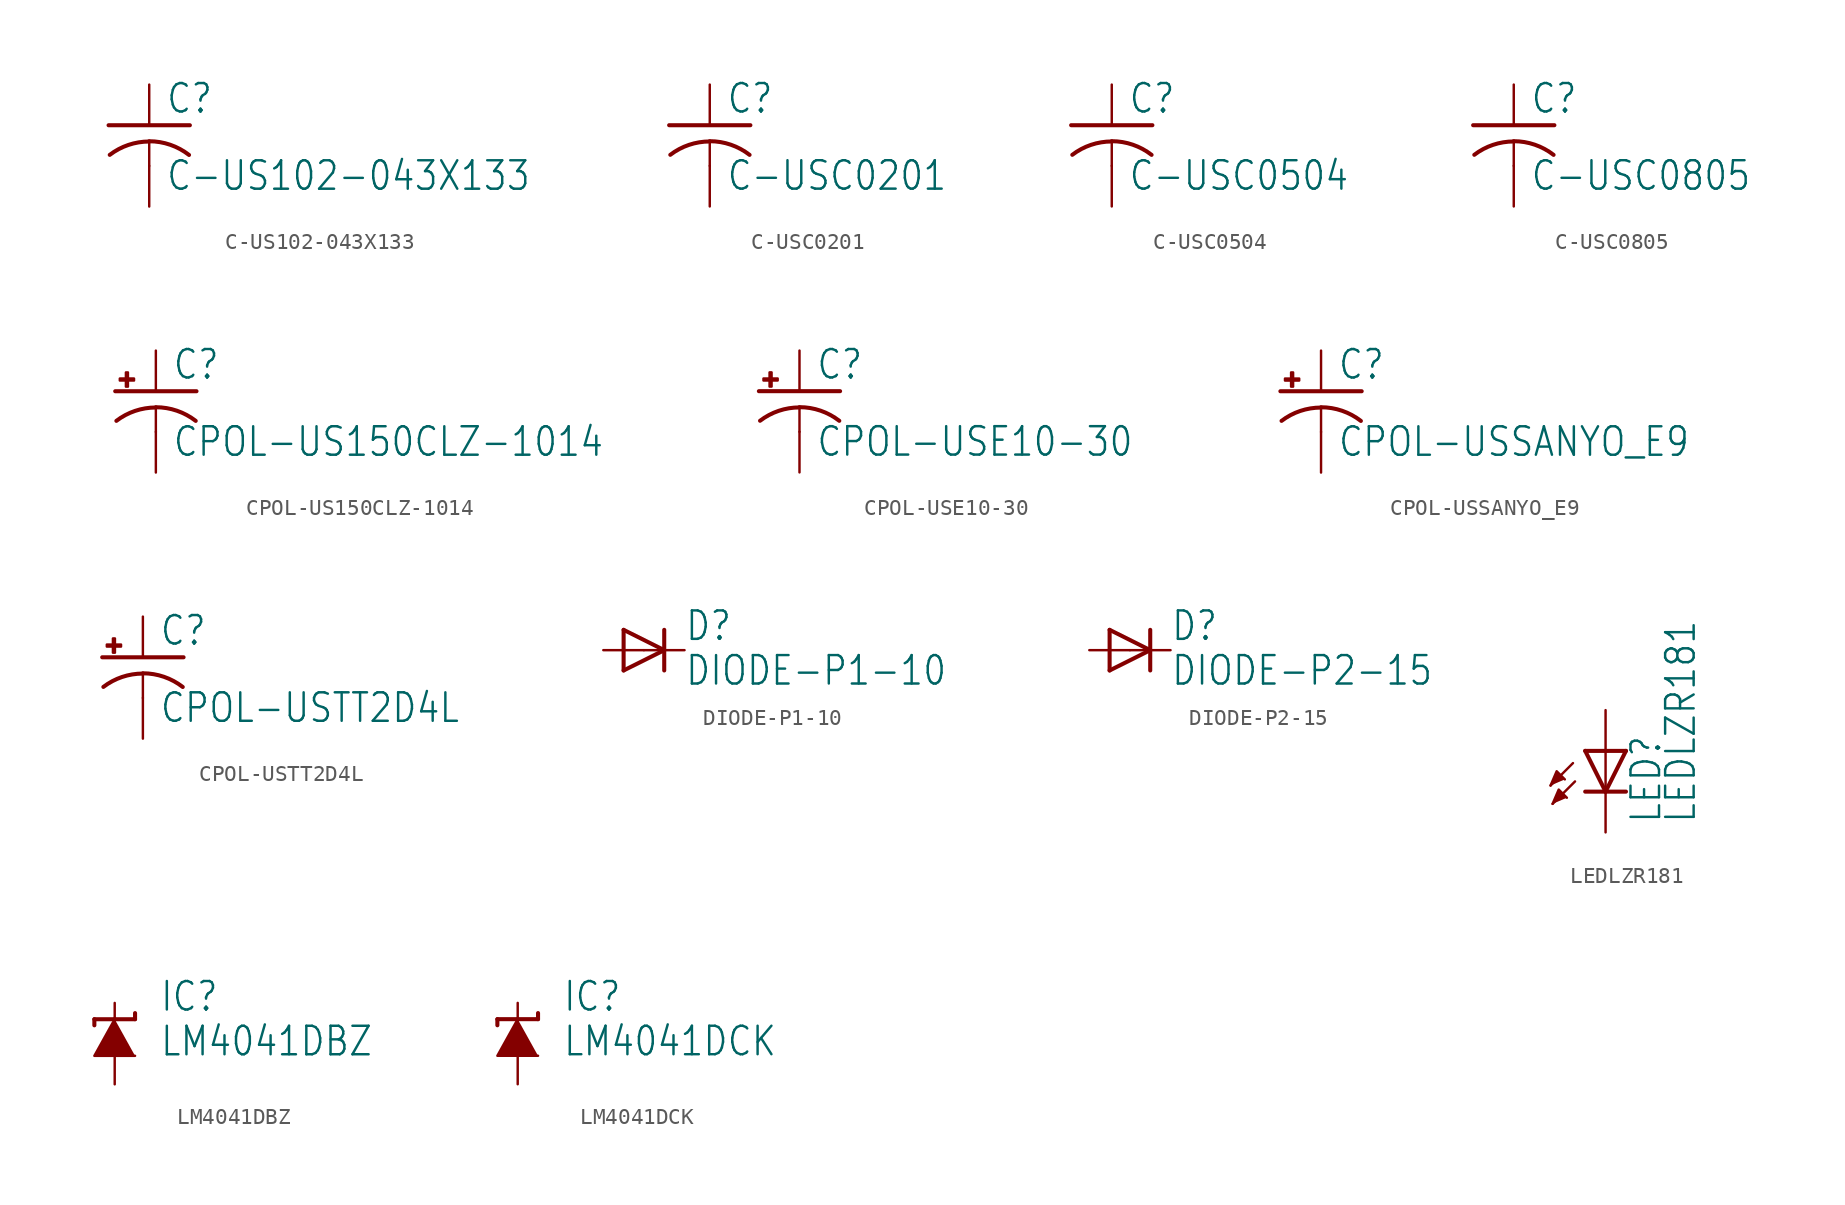
<source format=kicad_sym>
(kicad_symbol_lib
  (version 20211014)
  (generator kicad_symbol_editor)
  (symbol "C-US102-043X133"
    (property "Reference" "C"
      (at 1.016 0.635 0)
      (effects (font (size 1.778 1.511)) (justify left bottom)))
    (property "Value" "C-US102-043X133"
      (at 1.016 -4.191 0)
      (effects (font (size 1.778 1.511)) (justify left bottom)))
    (property "ki_locked" ""
      (at 0 0 0)
      (effects (font (size 1.27 1.27))))
    (symbol "C-US102-043X133_1_0"
      (arc (start 0 -1.0161) (mid -1.302 -1.2303) (end -2.4668 -1.8504) (stroke (width 0.254) (type default) (color 0 0 0 0)) (fill (type none)))
      (polyline (pts (xy -2.54 0) (xy 2.54 0)) (stroke (width 0.254) (type default) (color 0 0 0 0)) (fill (type none)))
      (polyline (pts (xy 0 -1.016) (xy 0 -2.54)) (stroke (width 0.152) (type default) (color 0 0 0 0)) (fill (type none)))
      (arc (start 2.4892 -1.8542) (mid 1.3158 -1.2195) (end 0 -1) (stroke (width 0.254) (type default) (color 0 0 0 0)) (fill (type none)))
      (pin passive line (at 0 2.54 270) (length 2.54) (name "1" (effects (font (size 0 0)))) (number "1" (effects (font (size 0 0)))))
      (pin passive line (at 0 -5.08 90) (length 2.54) (name "2" (effects (font (size 0 0)))) (number "2" (effects (font (size 0 0)))))))
  (symbol "C-USC0201"
    (property "Reference" "C"
      (at 1.016 0.635 0)
      (effects (font (size 1.778 1.511)) (justify left bottom)))
    (property "Value" "C-USC0201"
      (at 1.016 -4.191 0)
      (effects (font (size 1.778 1.511)) (justify left bottom)))
    (property "ki_locked" ""
      (at 0 0 0)
      (effects (font (size 1.27 1.27))))
    (symbol "C-USC0201_1_0"
      (arc (start 0 -1.0161) (mid -1.302 -1.2303) (end -2.4668 -1.8504) (stroke (width 0.254) (type default) (color 0 0 0 0)) (fill (type none)))
      (polyline (pts (xy -2.54 0) (xy 2.54 0)) (stroke (width 0.254) (type default) (color 0 0 0 0)) (fill (type none)))
      (polyline (pts (xy 0 -1.016) (xy 0 -2.54)) (stroke (width 0.152) (type default) (color 0 0 0 0)) (fill (type none)))
      (arc (start 2.4892 -1.8542) (mid 1.3158 -1.2195) (end 0 -1) (stroke (width 0.254) (type default) (color 0 0 0 0)) (fill (type none)))
      (pin passive line (at 0 2.54 270) (length 2.54) (name "1" (effects (font (size 0 0)))) (number "1" (effects (font (size 0 0)))))
      (pin passive line (at 0 -5.08 90) (length 2.54) (name "2" (effects (font (size 0 0)))) (number "2" (effects (font (size 0 0)))))))
  (symbol "C-USC0504"
    (property "Reference" "C"
      (at 1.016 0.635 0)
      (effects (font (size 1.778 1.511)) (justify left bottom)))
    (property "Value" "C-USC0504"
      (at 1.016 -4.191 0)
      (effects (font (size 1.778 1.511)) (justify left bottom)))
    (property "ki_locked" ""
      (at 0 0 0)
      (effects (font (size 1.27 1.27))))
    (symbol "C-USC0504_1_0"
      (arc (start 0 -1.0161) (mid -1.302 -1.2303) (end -2.4668 -1.8504) (stroke (width 0.254) (type default) (color 0 0 0 0)) (fill (type none)))
      (polyline (pts (xy -2.54 0) (xy 2.54 0)) (stroke (width 0.254) (type default) (color 0 0 0 0)) (fill (type none)))
      (polyline (pts (xy 0 -1.016) (xy 0 -2.54)) (stroke (width 0.152) (type default) (color 0 0 0 0)) (fill (type none)))
      (arc (start 2.4892 -1.8542) (mid 1.3158 -1.2195) (end 0 -1) (stroke (width 0.254) (type default) (color 0 0 0 0)) (fill (type none)))
      (pin passive line (at 0 2.54 270) (length 2.54) (name "1" (effects (font (size 0 0)))) (number "1" (effects (font (size 0 0)))))
      (pin passive line (at 0 -5.08 90) (length 2.54) (name "2" (effects (font (size 0 0)))) (number "2" (effects (font (size 0 0)))))))
  (symbol "C-USC0805"
    (property "Reference" "C"
      (at 1.016 0.635 0)
      (effects (font (size 1.778 1.511)) (justify left bottom)))
    (property "Value" "C-USC0805"
      (at 1.016 -4.191 0)
      (effects (font (size 1.778 1.511)) (justify left bottom)))
    (property "ki_locked" ""
      (at 0 0 0)
      (effects (font (size 1.27 1.27))))
    (symbol "C-USC0805_1_0"
      (arc (start 0 -1.0161) (mid -1.302 -1.2303) (end -2.4668 -1.8504) (stroke (width 0.254) (type default) (color 0 0 0 0)) (fill (type none)))
      (polyline (pts (xy -2.54 0) (xy 2.54 0)) (stroke (width 0.254) (type default) (color 0 0 0 0)) (fill (type none)))
      (polyline (pts (xy 0 -1.016) (xy 0 -2.54)) (stroke (width 0.152) (type default) (color 0 0 0 0)) (fill (type none)))
      (arc (start 2.4892 -1.8542) (mid 1.3158 -1.2195) (end 0 -1) (stroke (width 0.254) (type default) (color 0 0 0 0)) (fill (type none)))
      (pin passive line (at 0 2.54 270) (length 2.54) (name "1" (effects (font (size 0 0)))) (number "1" (effects (font (size 0 0)))))
      (pin passive line (at 0 -5.08 90) (length 2.54) (name "2" (effects (font (size 0 0)))) (number "2" (effects (font (size 0 0)))))))
  (symbol "CPOL-US150CLZ-1014"
    (property "Reference" "C"
      (at 1.016 0.635 0)
      (effects (font (size 1.778 1.511)) (justify left bottom)))
    (property "Value" "CPOL-US150CLZ-1014"
      (at 1.016 -4.191 0)
      (effects (font (size 1.778 1.511)) (justify left bottom)))
    (property "ki_locked" ""
      (at 0 0 0)
      (effects (font (size 1.27 1.27))))
    (symbol "CPOL-US150CLZ-1014_1_0"
      (rectangle (start -2.253 0.668) (end -1.364 0.795) (stroke (width 0) (type default) (color 0 0 0 0)) (fill (type outline)))
      (rectangle (start -1.872 0.287) (end -1.745 1.176) (stroke (width 0) (type default) (color 0 0 0 0)) (fill (type outline)))
      (arc (start 0 -1.0161) (mid -1.3021 -1.2302) (end -2.4669 -1.8504) (stroke (width 0.254) (type default) (color 0 0 0 0)) (fill (type none)))
      (polyline (pts (xy -2.54 0) (xy 2.54 0)) (stroke (width 0.254) (type default) (color 0 0 0 0)) (fill (type none)))
      (polyline (pts (xy 0 -1.016) (xy 0 -2.54)) (stroke (width 0.152) (type default) (color 0 0 0 0)) (fill (type none)))
      (arc (start 2.4892 -1.8542) (mid 1.3158 -1.2195) (end 0 -1) (stroke (width 0.254) (type default) (color 0 0 0 0)) (fill (type none)))
      (pin passive line (at 0 2.54 270) (length 2.54) (name "+" (effects (font (size 0 0)))) (number "+" (effects (font (size 0 0)))))
      (pin passive line (at 0 -5.08 90) (length 2.54) (name "-" (effects (font (size 0 0)))) (number "-" (effects (font (size 0 0)))))))
  (symbol "CPOL-USE10-30"
    (property "Reference" "C"
      (at 1.016 0.635 0)
      (effects (font (size 1.778 1.511)) (justify left bottom)))
    (property "Value" "CPOL-USE10-30"
      (at 1.016 -4.191 0)
      (effects (font (size 1.778 1.511)) (justify left bottom)))
    (property "ki_locked" ""
      (at 0 0 0)
      (effects (font (size 1.27 1.27))))
    (symbol "CPOL-USE10-30_1_0"
      (rectangle (start -2.253 0.668) (end -1.364 0.795) (stroke (width 0) (type default) (color 0 0 0 0)) (fill (type outline)))
      (rectangle (start -1.872 0.287) (end -1.745 1.176) (stroke (width 0) (type default) (color 0 0 0 0)) (fill (type outline)))
      (arc (start 0 -1.0161) (mid -1.3021 -1.2302) (end -2.4669 -1.8504) (stroke (width 0.254) (type default) (color 0 0 0 0)) (fill (type none)))
      (polyline (pts (xy -2.54 0) (xy 2.54 0)) (stroke (width 0.254) (type default) (color 0 0 0 0)) (fill (type none)))
      (polyline (pts (xy 0 -1.016) (xy 0 -2.54)) (stroke (width 0.152) (type default) (color 0 0 0 0)) (fill (type none)))
      (arc (start 2.4892 -1.8542) (mid 1.3158 -1.2195) (end 0 -1) (stroke (width 0.254) (type default) (color 0 0 0 0)) (fill (type none)))
      (pin passive line (at 0 2.54 270) (length 2.54) (name "+" (effects (font (size 0 0)))) (number "+" (effects (font (size 0 0)))))
      (pin passive line (at 0 -5.08 90) (length 2.54) (name "-" (effects (font (size 0 0)))) (number "-" (effects (font (size 0 0)))))))
  (symbol "CPOL-USSANYO_E9"
    (property "Reference" "C"
      (at 1.016 0.635 0)
      (effects (font (size 1.778 1.511)) (justify left bottom)))
    (property "Value" "CPOL-USSANYO_E9"
      (at 1.016 -4.191 0)
      (effects (font (size 1.778 1.511)) (justify left bottom)))
    (property "ki_locked" ""
      (at 0 0 0)
      (effects (font (size 1.27 1.27))))
    (symbol "CPOL-USSANYO_E9_1_0"
      (rectangle (start -2.253 0.668) (end -1.364 0.795) (stroke (width 0) (type default) (color 0 0 0 0)) (fill (type outline)))
      (rectangle (start -1.872 0.287) (end -1.745 1.176) (stroke (width 0) (type default) (color 0 0 0 0)) (fill (type outline)))
      (arc (start 0 -1.0161) (mid -1.3021 -1.2302) (end -2.4669 -1.8504) (stroke (width 0.254) (type default) (color 0 0 0 0)) (fill (type none)))
      (polyline (pts (xy -2.54 0) (xy 2.54 0)) (stroke (width 0.254) (type default) (color 0 0 0 0)) (fill (type none)))
      (polyline (pts (xy 0 -1.016) (xy 0 -2.54)) (stroke (width 0.152) (type default) (color 0 0 0 0)) (fill (type none)))
      (arc (start 2.4892 -1.8542) (mid 1.3158 -1.2195) (end 0 -1) (stroke (width 0.254) (type default) (color 0 0 0 0)) (fill (type none)))
      (pin passive line (at 0 2.54 270) (length 2.54) (name "+" (effects (font (size 0 0)))) (number "+" (effects (font (size 0 0)))))
      (pin passive line (at 0 -5.08 90) (length 2.54) (name "-" (effects (font (size 0 0)))) (number "-" (effects (font (size 0 0)))))))
  (symbol "CPOL-USTT2D4L"
    (property "Reference" "C"
      (at 1.016 0.635 0)
      (effects (font (size 1.778 1.511)) (justify left bottom)))
    (property "Value" "CPOL-USTT2D4L"
      (at 1.016 -4.191 0)
      (effects (font (size 1.778 1.511)) (justify left bottom)))
    (property "ki_locked" ""
      (at 0 0 0)
      (effects (font (size 1.27 1.27))))
    (symbol "CPOL-USTT2D4L_1_0"
      (rectangle (start -2.253 0.668) (end -1.364 0.795) (stroke (width 0) (type default) (color 0 0 0 0)) (fill (type outline)))
      (rectangle (start -1.872 0.287) (end -1.745 1.176) (stroke (width 0) (type default) (color 0 0 0 0)) (fill (type outline)))
      (arc (start 0 -1.0161) (mid -1.3021 -1.2302) (end -2.4669 -1.8504) (stroke (width 0.254) (type default) (color 0 0 0 0)) (fill (type none)))
      (polyline (pts (xy -2.54 0) (xy 2.54 0)) (stroke (width 0.254) (type default) (color 0 0 0 0)) (fill (type none)))
      (polyline (pts (xy 0 -1.016) (xy 0 -2.54)) (stroke (width 0.152) (type default) (color 0 0 0 0)) (fill (type none)))
      (arc (start 2.4892 -1.8542) (mid 1.3158 -1.2195) (end 0 -1) (stroke (width 0.254) (type default) (color 0 0 0 0)) (fill (type none)))
      (pin passive line (at 0 2.54 270) (length 2.54) (name "+" (effects (font (size 0 0)))) (number "+" (effects (font (size 0 0)))))
      (pin passive line (at 0 -5.08 90) (length 2.54) (name "-" (effects (font (size 0 0)))) (number "-" (effects (font (size 0 0)))))))
  (symbol "DIODE-P1-10"
    (property "Reference" "D"
      (at 2.54 0.483 0)
      (effects (font (size 1.778 1.511)) (justify left bottom)))
    (property "Value" "DIODE-P1-10"
      (at 2.54 -2.311 0)
      (effects (font (size 1.778 1.511)) (justify left bottom)))
    (property "ki_locked" ""
      (at 0 0 0)
      (effects (font (size 1.27 1.27))))
    (symbol "DIODE-P1-10_1_0"
      (polyline (pts (xy -1.27 -1.27) (xy 1.27 0)) (stroke (width 0.254) (type default) (color 0 0 0 0)) (fill (type none)))
      (polyline (pts (xy -1.27 1.27) (xy -1.27 -1.27)) (stroke (width 0.254) (type default) (color 0 0 0 0)) (fill (type none)))
      (polyline (pts (xy 1.27 0) (xy -1.27 1.27)) (stroke (width 0.254) (type default) (color 0 0 0 0)) (fill (type none)))
      (polyline (pts (xy 1.27 0) (xy 1.27 -1.27)) (stroke (width 0.254) (type default) (color 0 0 0 0)) (fill (type none)))
      (polyline (pts (xy 1.27 1.27) (xy 1.27 0)) (stroke (width 0.254) (type default) (color 0 0 0 0)) (fill (type none)))
      (pin passive line (at -2.54 0 0) (length 2.54) (name "A" (effects (font (size 0 0)))) (number "A" (effects (font (size 0 0)))))
      (pin passive line (at 2.54 0 180) (length 2.54) (name "C" (effects (font (size 0 0)))) (number "C" (effects (font (size 0 0)))))))
  (symbol "DIODE-P2-15"
    (property "Reference" "D"
      (at 2.54 0.483 0)
      (effects (font (size 1.778 1.511)) (justify left bottom)))
    (property "Value" "DIODE-P2-15"
      (at 2.54 -2.311 0)
      (effects (font (size 1.778 1.511)) (justify left bottom)))
    (property "ki_locked" ""
      (at 0 0 0)
      (effects (font (size 1.27 1.27))))
    (symbol "DIODE-P2-15_1_0"
      (polyline (pts (xy -1.27 -1.27) (xy 1.27 0)) (stroke (width 0.254) (type default) (color 0 0 0 0)) (fill (type none)))
      (polyline (pts (xy -1.27 1.27) (xy -1.27 -1.27)) (stroke (width 0.254) (type default) (color 0 0 0 0)) (fill (type none)))
      (polyline (pts (xy 1.27 0) (xy -1.27 1.27)) (stroke (width 0.254) (type default) (color 0 0 0 0)) (fill (type none)))
      (polyline (pts (xy 1.27 0) (xy 1.27 -1.27)) (stroke (width 0.254) (type default) (color 0 0 0 0)) (fill (type none)))
      (polyline (pts (xy 1.27 1.27) (xy 1.27 0)) (stroke (width 0.254) (type default) (color 0 0 0 0)) (fill (type none)))
      (pin passive line (at -2.54 0 0) (length 2.54) (name "A" (effects (font (size 0 0)))) (number "A" (effects (font (size 0 0)))))
      (pin passive line (at 2.54 0 180) (length 2.54) (name "C" (effects (font (size 0 0)))) (number "C" (effects (font (size 0 0)))))))
  (symbol "LEDLZR181"
    (property "Reference" "LED"
      (at 3.556 -4.572 90)
      (effects (font (size 1.778 1.511)) (justify left bottom)))
    (property "Value" "LEDLZR181"
      (at 5.715 -4.572 90)
      (effects (font (size 1.778 1.511)) (justify left bottom)))
    (property "ki_locked" ""
      (at 0 0 0)
      (effects (font (size 1.27 1.27))))
    (symbol "LEDLZR181_1_0"
      (polyline (pts (xy -2.032 -0.762) (xy -3.429 -2.159)) (stroke (width 0.152) (type default) (color 0 0 0 0)) (fill (type none)))
      (polyline (pts (xy -1.905 -1.905) (xy -3.302 -3.302)) (stroke (width 0.152) (type default) (color 0 0 0 0)) (fill (type none)))
      (polyline (pts (xy 0 -2.54) (xy -1.27 -2.54)) (stroke (width 0.254) (type default) (color 0 0 0 0)) (fill (type none)))
      (polyline (pts (xy 0 -2.54) (xy -1.27 0)) (stroke (width 0.254) (type default) (color 0 0 0 0)) (fill (type none)))
      (polyline (pts (xy 0 0) (xy -1.27 0)) (stroke (width 0.254) (type default) (color 0 0 0 0)) (fill (type none)))
      (polyline (pts (xy 0 0) (xy 0 -2.54)) (stroke (width 0.152) (type default) (color 0 0 0 0)) (fill (type none)))
      (polyline (pts (xy 1.27 -2.54) (xy 0 -2.54)) (stroke (width 0.254) (type default) (color 0 0 0 0)) (fill (type none)))
      (polyline (pts (xy 1.27 0) (xy 0 -2.54)) (stroke (width 0.254) (type default) (color 0 0 0 0)) (fill (type none)))
      (polyline (pts (xy 1.27 0) (xy 0 0)) (stroke (width 0.254) (type default) (color 0 0 0 0)) (fill (type none)))
      (polyline (pts (xy -3.429 -2.159) (xy -3.048 -1.27) (xy -2.54 -1.778)) (stroke (width 0) (type default) (color 0 0 0 0)) (fill (type outline)))
      (polyline (pts (xy -3.302 -3.302) (xy -2.921 -2.413) (xy -2.413 -2.921)) (stroke (width 0) (type default) (color 0 0 0 0)) (fill (type outline)))
      (pin passive line (at 0 2.54 270) (length 2.54) (name "A" (effects (font (size 0 0)))) (number "A" (effects (font (size 0 0)))))
      (pin passive line (at 0 -5.08 90) (length 2.54) (name "C" (effects (font (size 0 0)))) (number "K" (effects (font (size 0 0)))))))
  (symbol "LM4041DBZ"
    (property "Reference" "IC"
      (at 2.794 1.905 0)
      (effects (font (size 1.778 1.511)) (justify left bottom)))
    (property "Value" "LM4041DBZ"
      (at 2.794 -0.889 0)
      (effects (font (size 1.778 1.511)) (justify left bottom)))
    (property "ki_locked" ""
      (at 0 0 0)
      (effects (font (size 1.27 1.27))))
    (symbol "LM4041DBZ_1_0"
      (polyline (pts (xy -1.27 1.524) (xy -1.27 1.143)) (stroke (width 0.254) (type default) (color 0 0 0 0)) (fill (type none)))
      (polyline (pts (xy 0 1.524) (xy -1.27 1.524)) (stroke (width 0.254) (type default) (color 0 0 0 0)) (fill (type none)))
      (polyline (pts (xy 1.27 1.524) (xy 0 1.524)) (stroke (width 0.254) (type default) (color 0 0 0 0)) (fill (type none)))
      (polyline (pts (xy 1.27 1.905) (xy 1.27 1.524)) (stroke (width 0.254) (type default) (color 0 0 0 0)) (fill (type none)))
      (polyline (pts (xy 0 1.524) (xy -1.27 -0.762) (xy 1.27 -0.762)) (stroke (width 0) (type default) (color 0 0 0 0)) (fill (type outline)))
      (pin passive line (at 0 2.54 270) (length 2.54) (name "C" (effects (font (size 0 0)))) (number "1" (effects (font (size 0 0)))))
      (pin passive line (at 0 -2.54 90) (length 2.54) (name "A" (effects (font (size 0 0)))) (number "2" (effects (font (size 0 0)))))))
  (symbol "LM4041DCK"
    (property "Reference" "IC"
      (at 2.794 1.905 0)
      (effects (font (size 1.778 1.511)) (justify left bottom)))
    (property "Value" "LM4041DCK"
      (at 2.794 -0.889 0)
      (effects (font (size 1.778 1.511)) (justify left bottom)))
    (property "ki_locked" ""
      (at 0 0 0)
      (effects (font (size 1.27 1.27))))
    (symbol "LM4041DCK_1_0"
      (polyline (pts (xy -1.27 1.524) (xy -1.27 1.143)) (stroke (width 0.254) (type default) (color 0 0 0 0)) (fill (type none)))
      (polyline (pts (xy 0 1.524) (xy -1.27 1.524)) (stroke (width 0.254) (type default) (color 0 0 0 0)) (fill (type none)))
      (polyline (pts (xy 1.27 1.524) (xy 0 1.524)) (stroke (width 0.254) (type default) (color 0 0 0 0)) (fill (type none)))
      (polyline (pts (xy 1.27 1.905) (xy 1.27 1.524)) (stroke (width 0.254) (type default) (color 0 0 0 0)) (fill (type none)))
      (polyline (pts (xy 0 1.524) (xy -1.27 -0.762) (xy 1.27 -0.762)) (stroke (width 0) (type default) (color 0 0 0 0)) (fill (type outline)))
      (pin passive line (at 0 -2.54 90) (length 2.54) (name "A" (effects (font (size 0 0)))) (number "1" (effects (font (size 0 0)))))
      (pin passive line (at 0 2.54 270) (length 2.54) (name "C" (effects (font (size 0 0)))) (number "3" (effects (font (size 0 0))))))))
</source>
